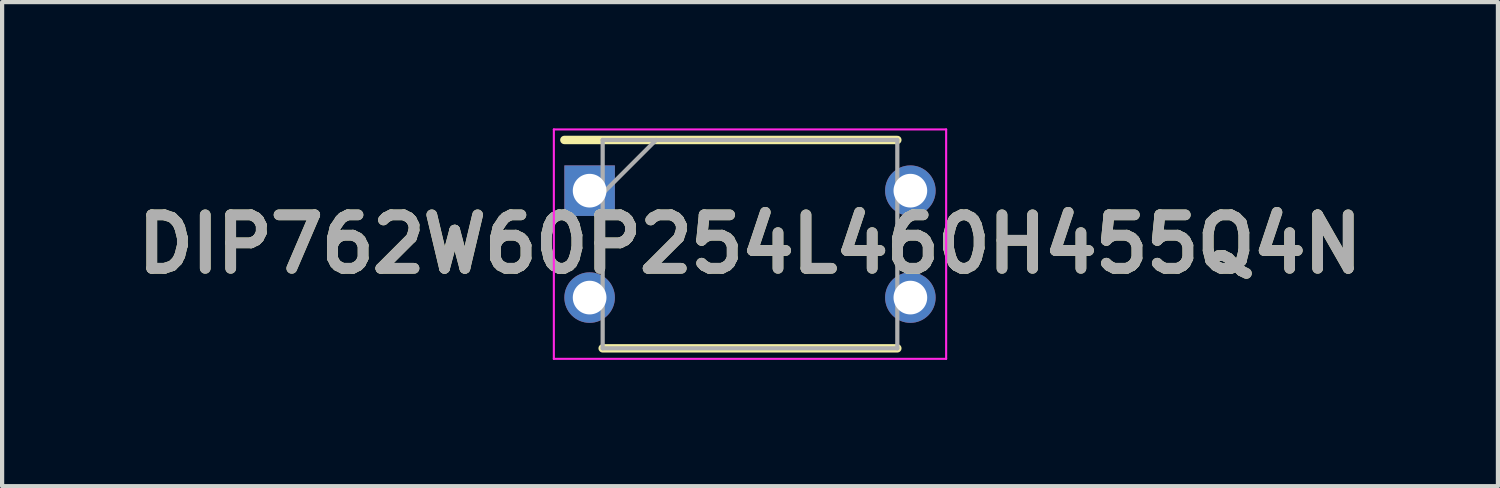
<source format=kicad_pcb>
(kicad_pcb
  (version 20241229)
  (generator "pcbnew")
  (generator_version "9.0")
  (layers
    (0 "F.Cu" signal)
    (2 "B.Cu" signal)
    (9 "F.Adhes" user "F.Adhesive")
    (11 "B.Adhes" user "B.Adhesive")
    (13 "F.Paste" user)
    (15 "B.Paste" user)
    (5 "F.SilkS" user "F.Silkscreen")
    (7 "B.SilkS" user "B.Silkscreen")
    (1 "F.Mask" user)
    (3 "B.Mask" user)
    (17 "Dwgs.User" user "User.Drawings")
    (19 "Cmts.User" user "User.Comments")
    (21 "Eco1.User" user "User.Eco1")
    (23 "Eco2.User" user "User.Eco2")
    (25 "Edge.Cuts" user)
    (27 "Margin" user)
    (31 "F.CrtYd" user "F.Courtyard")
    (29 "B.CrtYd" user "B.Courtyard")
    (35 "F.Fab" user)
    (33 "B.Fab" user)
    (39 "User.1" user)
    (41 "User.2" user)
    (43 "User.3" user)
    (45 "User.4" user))
  (footprint "DIP762W60P254L460H455Q4N"
    (layer "F.Cu")
    (at 14.768 2.75)
    (property "Reference" "DIP762W60P254L460H455Q4N" (at 0 0 0) (layer "F.SilkS") (effects (font (size 1.27 1.27) (thickness 0.254))))
    (attr through_hole)
    (fp_line (start -4.41 -2.475) (end 3.5 -2.475) (stroke (width 0.2) (type solid)) (layer "F.SilkS"))
    (fp_line (start -3.5 2.475) (end 3.5 2.475) (stroke (width 0.2) (type solid)) (layer "F.SilkS"))
    (fp_line (start -4.66 -2.725) (end 4.66 -2.725) (stroke (width 0.05) (type solid)) (layer "F.CrtYd"))
    (fp_line (start -4.66 2.725) (end -4.66 -2.725) (stroke (width 0.05) (type solid)) (layer "F.CrtYd"))
    (fp_line (start 4.66 -2.725) (end 4.66 2.725) (stroke (width 0.05) (type solid)) (layer "F.CrtYd"))
    (fp_line (start 4.66 2.725) (end -4.66 2.725) (stroke (width 0.05) (type solid)) (layer "F.CrtYd"))
    (fp_line (start -3.5 -2.475) (end 3.5 -2.475) (stroke (width 0.1) (type solid)) (layer "F.Fab"))
    (fp_line (start -3.5 -1.205) (end -2.23 -2.475) (stroke (width 0.1) (type solid)) (layer "F.Fab"))
    (fp_line (start -3.5 2.475) (end -3.5 -2.475) (stroke (width 0.1) (type solid)) (layer "F.Fab"))
    (fp_line (start 3.5 -2.475) (end 3.5 2.475) (stroke (width 0.1) (type solid)) (layer "F.Fab"))
    (fp_line (start 3.5 2.475) (end -3.5 2.475) (stroke (width 0.1) (type solid)) (layer "F.Fab"))
    (fp_text user "${REFERENCE}" (at 0 0 0) (layer "F.Fab") (effects (font (size 1.27 1.27) (thickness 0.254))))
    (pad "1" thru_hole rect (at -3.81 -1.27) (size 1.2 1.2) (drill 0.8) (layers "*.Cu" "*.Mask"))
    (pad "2" thru_hole circle (at -3.81 1.27) (size 1.2 1.2) (drill 0.8) (layers "*.Cu" "*.Mask"))
    (pad "3" thru_hole circle (at 3.81 1.27) (size 1.2 1.2) (drill 0.8) (layers "*.Cu" "*.Mask"))
    (pad "4" thru_hole circle (at 3.81 -1.27) (size 1.2 1.2) (drill 0.8) (layers "*.Cu" "*.Mask")))
  (gr_rect
    (start -3 -3)
    (end 32.537 8.5)
    (stroke (width 0.1) (type default))
    (fill no)
    (layer "Edge.Cuts")))
</source>
